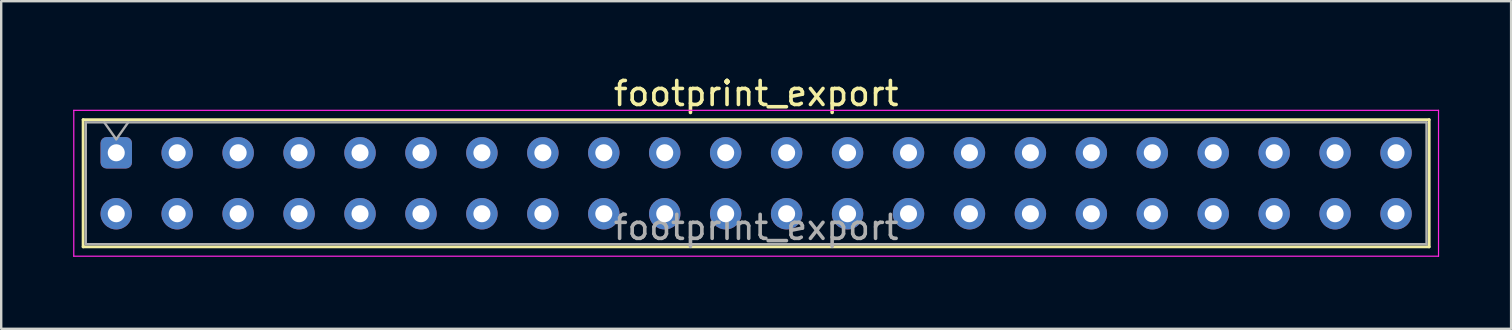
<source format=kicad_pcb>
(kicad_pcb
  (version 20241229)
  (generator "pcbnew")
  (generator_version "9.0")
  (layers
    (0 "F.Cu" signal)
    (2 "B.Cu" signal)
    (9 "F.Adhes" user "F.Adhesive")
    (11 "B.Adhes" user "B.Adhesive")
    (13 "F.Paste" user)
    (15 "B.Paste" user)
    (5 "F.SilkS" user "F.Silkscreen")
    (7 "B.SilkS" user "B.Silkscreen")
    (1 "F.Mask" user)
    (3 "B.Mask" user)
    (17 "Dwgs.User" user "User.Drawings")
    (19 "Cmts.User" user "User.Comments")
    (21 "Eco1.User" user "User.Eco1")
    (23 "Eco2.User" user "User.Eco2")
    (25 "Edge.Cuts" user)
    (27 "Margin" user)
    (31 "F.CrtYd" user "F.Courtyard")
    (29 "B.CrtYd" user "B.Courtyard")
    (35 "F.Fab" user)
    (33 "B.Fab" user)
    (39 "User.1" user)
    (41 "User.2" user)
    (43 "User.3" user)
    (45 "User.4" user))
  (footprint "footprint_export"
    (layer "F.Cu")
    (at 1.795 3.318)
    (property "Reference" "footprint_export" (at 26.67 -2.47 0) (layer "F.SilkS") (effects (font (size 1 1) (thickness 0.15))))
    (attr through_hole)
    (fp_line (start -1.38 -1.38) (end 54.72 -1.38) (stroke (width 0.12) (type solid)) (layer "F.SilkS"))
    (fp_line (start -1.38 3.92) (end -1.38 -1.38) (stroke (width 0.12) (type solid)) (layer "F.SilkS"))
    (fp_line (start 54.72 -1.38) (end 54.72 3.92) (stroke (width 0.12) (type solid)) (layer "F.SilkS"))
    (fp_line (start 54.72 3.92) (end -1.38 3.92) (stroke (width 0.12) (type solid)) (layer "F.SilkS"))
    (fp_line (start -1.77 -1.77) (end 55.11 -1.77) (stroke (width 0.05) (type solid)) (layer "F.CrtYd"))
    (fp_line (start -1.77 4.31) (end -1.77 -1.77) (stroke (width 0.05) (type solid)) (layer "F.CrtYd"))
    (fp_line (start 55.11 -1.77) (end 55.11 4.31) (stroke (width 0.05) (type solid)) (layer "F.CrtYd"))
    (fp_line (start 55.11 4.31) (end -1.77 4.31) (stroke (width 0.05) (type solid)) (layer "F.CrtYd"))
    (fp_line (start -1.27 -1.27) (end 54.61 -1.27) (stroke (width 0.1) (type solid)) (layer "F.Fab"))
    (fp_line (start -1.27 3.81) (end -1.27 -1.27) (stroke (width 0.1) (type solid)) (layer "F.Fab"))
    (fp_line (start -0.5 -1.27) (end 0 -0.563) (stroke (width 0.1) (type solid)) (layer "F.Fab"))
    (fp_line (start 0 -0.563) (end 0.5 -1.27) (stroke (width 0.1) (type solid)) (layer "F.Fab"))
    (fp_line (start 54.61 -1.27) (end 54.61 3.81) (stroke (width 0.1) (type solid)) (layer "F.Fab"))
    (fp_line (start 54.61 3.81) (end -1.27 3.81) (stroke (width 0.1) (type solid)) (layer "F.Fab"))
    (fp_text user "${REFERENCE}" (at 26.67 3.11 0) (layer "F.Fab") (effects (font (size 1 1) (thickness 0.15))))
    (pad "1" thru_hole roundrect (at 0 0) (size 1.31 1.31) (drill 0.71) (layers "*.Cu" "*.Mask") (roundrect_rratio 0.191))
    (pad "2" thru_hole circle (at 0 2.54) (size 1.31 1.31) (drill 0.71) (layers "*.Cu" "*.Mask"))
    (pad "3" thru_hole circle (at 2.54 0) (size 1.31 1.31) (drill 0.71) (layers "*.Cu" "*.Mask"))
    (pad "4" thru_hole circle (at 2.54 2.54) (size 1.31 1.31) (drill 0.71) (layers "*.Cu" "*.Mask"))
    (pad "5" thru_hole circle (at 5.08 0) (size 1.31 1.31) (drill 0.71) (layers "*.Cu" "*.Mask"))
    (pad "6" thru_hole circle (at 5.08 2.54) (size 1.31 1.31) (drill 0.71) (layers "*.Cu" "*.Mask"))
    (pad "7" thru_hole circle (at 7.62 0) (size 1.31 1.31) (drill 0.71) (layers "*.Cu" "*.Mask"))
    (pad "8" thru_hole circle (at 7.62 2.54) (size 1.31 1.31) (drill 0.71) (layers "*.Cu" "*.Mask"))
    (pad "9" thru_hole circle (at 10.16 0) (size 1.31 1.31) (drill 0.71) (layers "*.Cu" "*.Mask"))
    (pad "10" thru_hole circle (at 10.16 2.54) (size 1.31 1.31) (drill 0.71) (layers "*.Cu" "*.Mask"))
    (pad "11" thru_hole circle (at 12.7 0) (size 1.31 1.31) (drill 0.71) (layers "*.Cu" "*.Mask"))
    (pad "12" thru_hole circle (at 12.7 2.54) (size 1.31 1.31) (drill 0.71) (layers "*.Cu" "*.Mask"))
    (pad "13" thru_hole circle (at 15.24 0) (size 1.31 1.31) (drill 0.71) (layers "*.Cu" "*.Mask"))
    (pad "14" thru_hole circle (at 15.24 2.54) (size 1.31 1.31) (drill 0.71) (layers "*.Cu" "*.Mask"))
    (pad "15" thru_hole circle (at 17.78 0) (size 1.31 1.31) (drill 0.71) (layers "*.Cu" "*.Mask"))
    (pad "16" thru_hole circle (at 17.78 2.54) (size 1.31 1.31) (drill 0.71) (layers "*.Cu" "*.Mask"))
    (pad "17" thru_hole circle (at 20.32 0) (size 1.31 1.31) (drill 0.71) (layers "*.Cu" "*.Mask"))
    (pad "18" thru_hole circle (at 20.32 2.54) (size 1.31 1.31) (drill 0.71) (layers "*.Cu" "*.Mask"))
    (pad "19" thru_hole circle (at 22.86 0) (size 1.31 1.31) (drill 0.71) (layers "*.Cu" "*.Mask"))
    (pad "20" thru_hole circle (at 22.86 2.54) (size 1.31 1.31) (drill 0.71) (layers "*.Cu" "*.Mask"))
    (pad "21" thru_hole circle (at 25.4 0) (size 1.31 1.31) (drill 0.71) (layers "*.Cu" "*.Mask"))
    (pad "22" thru_hole circle (at 25.4 2.54) (size 1.31 1.31) (drill 0.71) (layers "*.Cu" "*.Mask"))
    (pad "23" thru_hole circle (at 27.94 0) (size 1.31 1.31) (drill 0.71) (layers "*.Cu" "*.Mask"))
    (pad "24" thru_hole circle (at 27.94 2.54) (size 1.31 1.31) (drill 0.71) (layers "*.Cu" "*.Mask"))
    (pad "25" thru_hole circle (at 30.48 0) (size 1.31 1.31) (drill 0.71) (layers "*.Cu" "*.Mask"))
    (pad "26" thru_hole circle (at 30.48 2.54) (size 1.31 1.31) (drill 0.71) (layers "*.Cu" "*.Mask"))
    (pad "27" thru_hole circle (at 33.02 0) (size 1.31 1.31) (drill 0.71) (layers "*.Cu" "*.Mask"))
    (pad "28" thru_hole circle (at 33.02 2.54) (size 1.31 1.31) (drill 0.71) (layers "*.Cu" "*.Mask"))
    (pad "29" thru_hole circle (at 35.56 0) (size 1.31 1.31) (drill 0.71) (layers "*.Cu" "*.Mask"))
    (pad "30" thru_hole circle (at 35.56 2.54) (size 1.31 1.31) (drill 0.71) (layers "*.Cu" "*.Mask"))
    (pad "31" thru_hole circle (at 38.1 0) (size 1.31 1.31) (drill 0.71) (layers "*.Cu" "*.Mask"))
    (pad "32" thru_hole circle (at 38.1 2.54) (size 1.31 1.31) (drill 0.71) (layers "*.Cu" "*.Mask"))
    (pad "33" thru_hole circle (at 40.64 0) (size 1.31 1.31) (drill 0.71) (layers "*.Cu" "*.Mask"))
    (pad "34" thru_hole circle (at 40.64 2.54) (size 1.31 1.31) (drill 0.71) (layers "*.Cu" "*.Mask"))
    (pad "35" thru_hole circle (at 43.18 0) (size 1.31 1.31) (drill 0.71) (layers "*.Cu" "*.Mask"))
    (pad "36" thru_hole circle (at 43.18 2.54) (size 1.31 1.31) (drill 0.71) (layers "*.Cu" "*.Mask"))
    (pad "37" thru_hole circle (at 45.72 0) (size 1.31 1.31) (drill 0.71) (layers "*.Cu" "*.Mask"))
    (pad "38" thru_hole circle (at 45.72 2.54) (size 1.31 1.31) (drill 0.71) (layers "*.Cu" "*.Mask"))
    (pad "39" thru_hole circle (at 48.26 0) (size 1.31 1.31) (drill 0.71) (layers "*.Cu" "*.Mask"))
    (pad "40" thru_hole circle (at 48.26 2.54) (size 1.31 1.31) (drill 0.71) (layers "*.Cu" "*.Mask"))
    (pad "41" thru_hole circle (at 50.8 0) (size 1.31 1.31) (drill 0.71) (layers "*.Cu" "*.Mask"))
    (pad "42" thru_hole circle (at 50.8 2.54) (size 1.31 1.31) (drill 0.71) (layers "*.Cu" "*.Mask"))
    (pad "43" thru_hole circle (at 53.34 0) (size 1.31 1.31) (drill 0.71) (layers "*.Cu" "*.Mask"))
    (pad "44" thru_hole circle (at 53.34 2.54) (size 1.31 1.31) (drill 0.71) (layers "*.Cu" "*.Mask")))
  (gr_rect
    (start -3 -3)
    (end 59.93 10.653)
    (stroke (width 0.1) (type default))
    (fill no)
    (layer "Edge.Cuts")))
</source>
